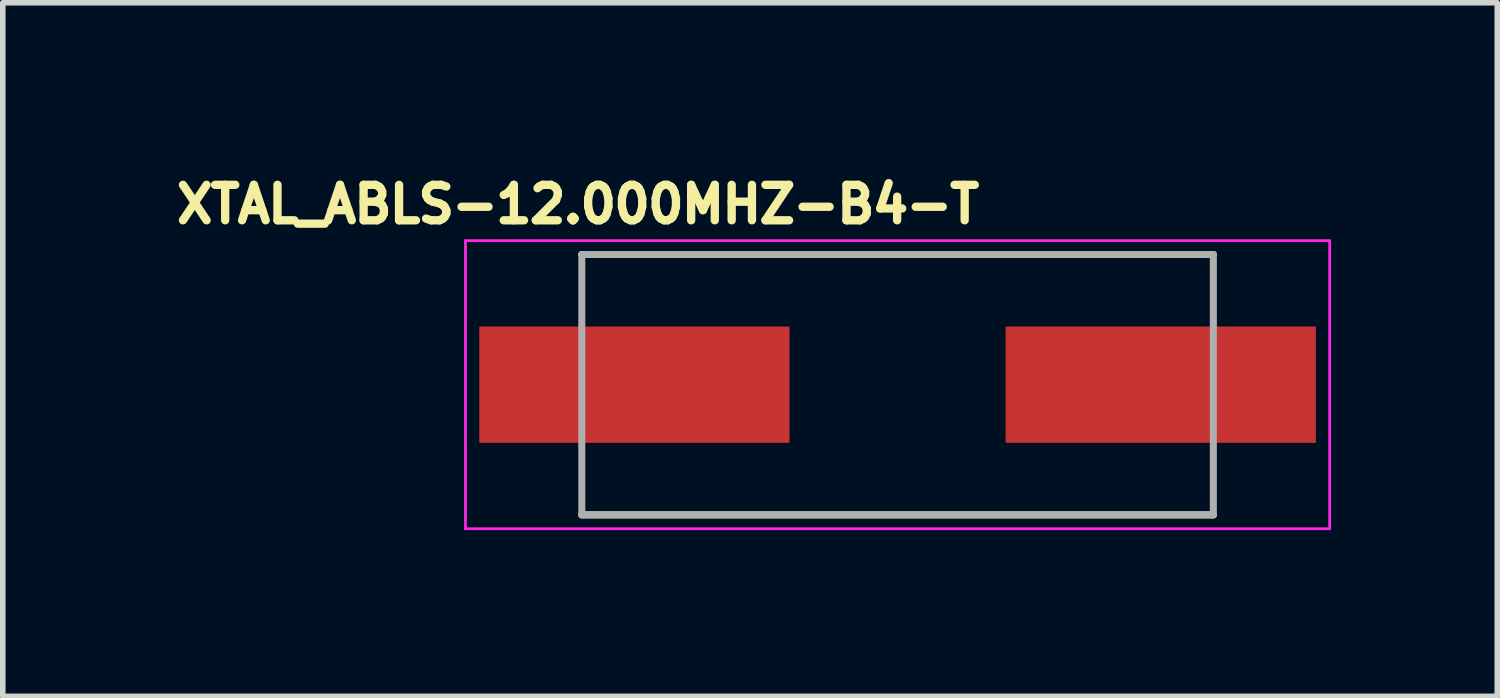
<source format=kicad_pcb>
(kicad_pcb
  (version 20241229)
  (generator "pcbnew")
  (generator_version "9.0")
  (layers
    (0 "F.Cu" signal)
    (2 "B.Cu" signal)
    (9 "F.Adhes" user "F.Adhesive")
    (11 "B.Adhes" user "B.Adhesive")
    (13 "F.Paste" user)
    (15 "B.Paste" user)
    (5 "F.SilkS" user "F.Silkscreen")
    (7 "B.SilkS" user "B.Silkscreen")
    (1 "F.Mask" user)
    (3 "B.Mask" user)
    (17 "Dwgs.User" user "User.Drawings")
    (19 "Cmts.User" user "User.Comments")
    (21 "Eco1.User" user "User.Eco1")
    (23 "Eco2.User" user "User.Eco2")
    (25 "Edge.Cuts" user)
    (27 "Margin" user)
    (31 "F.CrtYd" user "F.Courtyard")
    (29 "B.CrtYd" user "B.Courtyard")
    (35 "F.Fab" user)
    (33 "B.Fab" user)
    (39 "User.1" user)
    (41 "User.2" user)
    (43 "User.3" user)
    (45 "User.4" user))
  (footprint "XTAL_ABLS-12.000MHZ-B4-T"
    (layer "F.Cu")
    (at 13.152 3.894)
    (property "Reference" "XTAL_ABLS-12.000MHZ-B4-T" (at -5.768 -3.256 0) (layer "F.SilkS") (effects (font (size 0.64 0.64) (thickness 0.15))))
    (attr smd)
    (fp_line (start -5.7 -2.35) (end 5.7 -2.35) (stroke (width 0.127) (type solid)) (layer "F.SilkS"))
    (fp_line (start -5.7 2.35) (end 5.7 2.35) (stroke (width 0.127) (type solid)) (layer "F.SilkS"))
    (fp_line (start -7.8 -2.6) (end -7.8 2.6) (stroke (width 0.05) (type solid)) (layer "F.CrtYd"))
    (fp_line (start -7.8 2.6) (end 7.8 2.6) (stroke (width 0.05) (type solid)) (layer "F.CrtYd"))
    (fp_line (start 7.8 -2.6) (end -7.8 -2.6) (stroke (width 0.05) (type solid)) (layer "F.CrtYd"))
    (fp_line (start 7.8 2.6) (end 7.8 -2.6) (stroke (width 0.05) (type solid)) (layer "F.CrtYd"))
    (fp_line (start -5.7 -2.35) (end -5.7 2.35) (stroke (width 0.127) (type solid)) (layer "F.Fab"))
    (fp_line (start -5.7 -2.35) (end 5.7 -2.35) (stroke (width 0.127) (type solid)) (layer "F.Fab"))
    (fp_line (start -5.7 2.35) (end 5.7 2.35) (stroke (width 0.127) (type solid)) (layer "F.Fab"))
    (fp_line (start 5.7 -2.35) (end 5.7 2.35) (stroke (width 0.127) (type solid)) (layer "F.Fab"))
    (pad "1" smd rect (at -4.75 0) (size 5.6 2.1) (layers "F.Cu" "F.Mask" "F.Paste"))
    (pad "2" smd rect (at 4.75 0) (size 5.6 2.1) (layers "F.Cu" "F.Mask" "F.Paste")))
  (gr_rect
    (start -3 -3)
    (end 23.977 9.519)
    (stroke (width 0.1) (type default))
    (fill no)
    (layer "Edge.Cuts")))
</source>
